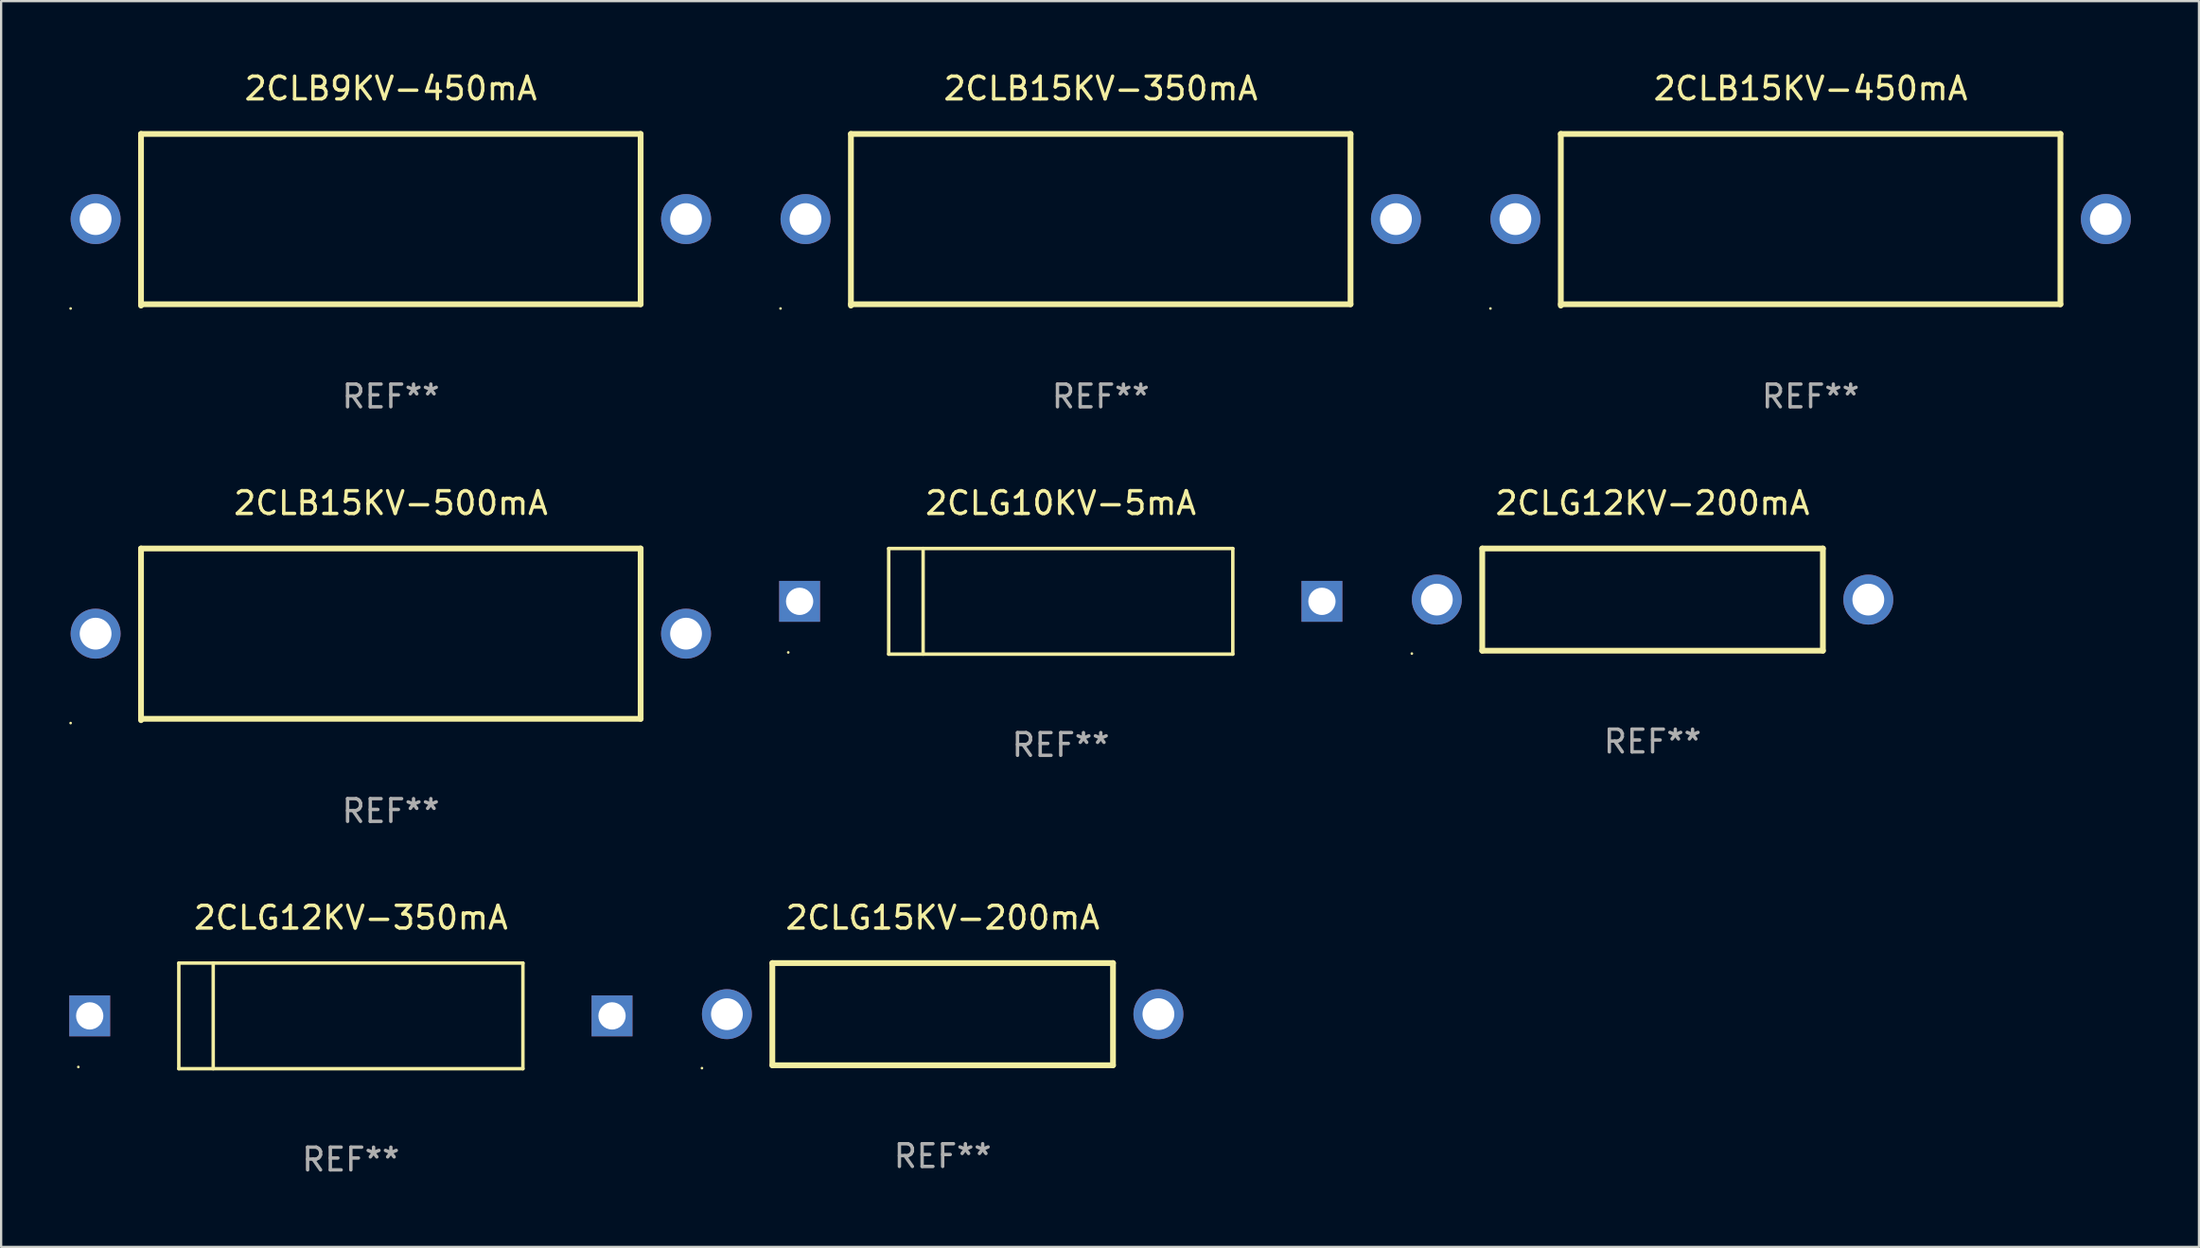
<source format=kicad_pcb>
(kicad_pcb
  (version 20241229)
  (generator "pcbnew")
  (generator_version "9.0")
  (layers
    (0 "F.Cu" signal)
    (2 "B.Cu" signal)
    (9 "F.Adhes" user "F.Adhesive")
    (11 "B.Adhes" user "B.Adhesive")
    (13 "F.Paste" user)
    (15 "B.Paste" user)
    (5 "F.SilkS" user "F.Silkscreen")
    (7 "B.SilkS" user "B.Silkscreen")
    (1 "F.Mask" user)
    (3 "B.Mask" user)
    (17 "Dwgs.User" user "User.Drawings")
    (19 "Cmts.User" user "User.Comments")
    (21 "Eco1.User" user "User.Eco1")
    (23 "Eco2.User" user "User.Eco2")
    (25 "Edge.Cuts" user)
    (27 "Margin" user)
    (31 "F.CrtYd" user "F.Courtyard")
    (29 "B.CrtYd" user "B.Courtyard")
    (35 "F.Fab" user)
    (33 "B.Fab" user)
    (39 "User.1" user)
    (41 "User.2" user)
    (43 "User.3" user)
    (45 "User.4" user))
  (footprint "2CLB15KV-450mA"
    (layer "F.Cu")
    (at 76.68 6.628)
    (property "Reference" "2CLB15KV-450mA" (at 0 -5.78 0) (layer "F.SilkS") (effects (font (size 1 1) (thickness 0.15))))
    (attr through_hole)
    (fp_line (start -11 -3.78) (end -11 3.78) (stroke (width 0.254) (type solid)) (layer "F.SilkS"))
    (fp_line (start -11 -3.78) (end 11 -3.78) (stroke (width 0.254) (type solid)) (layer "F.SilkS"))
    (fp_line (start -11 3.72) (end 11 3.72) (stroke (width 0.254) (type solid)) (layer "F.SilkS"))
    (fp_line (start 11 -3.78) (end 11 3.72) (stroke (width 0.254) (type solid)) (layer "F.SilkS"))
    (fp_circle (center -14.1 3.907) (end -14.07 3.907) (stroke (width 0.06) (type solid)) (fill no) (layer "F.SilkS"))
    (fp_text user "REF**" (at 0 7.78 0) (layer "F.Fab") (effects (font (size 1 1) (thickness 0.15))))
    (pad "1" thru_hole circle (at -13 -0.03) (size 2.2 2.2) (drill 1.4) (layers "*.Cu" "*.Mask"))
    (pad "2" thru_hole circle (at 13 -0.03) (size 2.2 2.2) (drill 1.4) (layers "*.Cu" "*.Mask")))
  (footprint "2CLG15KV-200mA"
    (layer "F.Cu")
    (at 38.46 41.611)
    (property "Reference" "2CLG15KV-200mA" (at 0 -4.25 0) (layer "F.SilkS") (effects (font (size 1 1) (thickness 0.15))))
    (attr through_hole)
    (fp_line (start -7.5 -2.25) (end -7.5 2.25) (stroke (width 0.254) (type solid)) (layer "F.SilkS"))
    (fp_line (start -7.5 -2.25) (end 7.5 -2.25) (stroke (width 0.254) (type solid)) (layer "F.SilkS"))
    (fp_line (start -7.5 2.25) (end 7.5 2.25) (stroke (width 0.254) (type solid)) (layer "F.SilkS"))
    (fp_line (start 7.5 -2.25) (end 7.5 2.25) (stroke (width 0.254) (type solid)) (layer "F.SilkS"))
    (fp_circle (center -10.6 2.377) (end -10.57 2.377) (stroke (width 0.06) (type solid)) (fill no) (layer "F.SilkS"))
    (fp_text user "REF**" (at 0 6.25 0) (layer "F.Fab") (effects (font (size 1 1) (thickness 0.15))))
    (pad "1" thru_hole circle (at -9.5 0) (size 2.2 2.2) (drill 1.4) (layers "*.Cu" "*.Mask"))
    (pad "2" thru_hole circle (at 9.5 0) (size 2.2 2.2) (drill 1.4) (layers "*.Cu" "*.Mask")))
  (footprint "2CLB9KV-450mA"
    (layer "F.Cu")
    (at 14.16 6.628)
    (property "Reference" "2CLB9KV-450mA" (at 0 -5.78 0) (layer "F.SilkS") (effects (font (size 1 1) (thickness 0.15))))
    (attr through_hole)
    (fp_line (start -11 -3.78) (end -11 3.78) (stroke (width 0.254) (type solid)) (layer "F.SilkS"))
    (fp_line (start -11 -3.78) (end 11 -3.78) (stroke (width 0.254) (type solid)) (layer "F.SilkS"))
    (fp_line (start -11 3.72) (end 11 3.72) (stroke (width 0.254) (type solid)) (layer "F.SilkS"))
    (fp_line (start 11 -3.78) (end 11 3.72) (stroke (width 0.254) (type solid)) (layer "F.SilkS"))
    (fp_circle (center -14.1 3.907) (end -14.07 3.907) (stroke (width 0.06) (type solid)) (fill no) (layer "F.SilkS"))
    (fp_text user "REF**" (at 0 7.78 0) (layer "F.Fab") (effects (font (size 1 1) (thickness 0.15))))
    (pad "1" thru_hole circle (at -13 -0.03) (size 2.2 2.2) (drill 1.4) (layers "*.Cu" "*.Mask"))
    (pad "2" thru_hole circle (at 13 -0.03) (size 2.2 2.2) (drill 1.4) (layers "*.Cu" "*.Mask")))
  (footprint "2CLG10KV-5mA"
    (layer "F.Cu")
    (at 43.66 23.431)
    (property "Reference" "2CLG10KV-5mA" (at 0 -4.326 0) (layer "F.SilkS") (effects (font (size 1 1) (thickness 0.15))))
    (attr through_hole)
    (fp_line (start -7.576 -2.326) (end 7.576 -2.326) (stroke (width 0.152) (type solid)) (layer "F.SilkS"))
    (fp_line (start -7.576 2.326) (end -7.576 -2.326) (stroke (width 0.152) (type solid)) (layer "F.SilkS"))
    (fp_line (start -6.061 -2.326) (end -6.061 2.326) (stroke (width 0.152) (type solid)) (layer "F.SilkS"))
    (fp_line (start 7.576 -2.326) (end 7.576 2.326) (stroke (width 0.152) (type solid)) (layer "F.SilkS"))
    (fp_line (start 7.576 2.326) (end -7.576 2.326) (stroke (width 0.152) (type solid)) (layer "F.SilkS"))
    (fp_circle (center -12 2.25) (end -11.97 2.25) (stroke (width 0.06) (type solid)) (fill no) (layer "F.SilkS"))
    (fp_text user "REF**" (at 0 6.326 0) (layer "F.Fab") (effects (font (size 1 1) (thickness 0.15))))
    (pad "1" thru_hole rect (at -11.5 -0.000013) (size 1.8 1.8) (drill 1.2) (layers "*.Cu" "*.Mask"))
    (pad "2" thru_hole rect (at 11.5 -0.000013 180) (size 1.8 1.8) (drill 1.2) (layers "*.Cu" "*.Mask")))
  (footprint "2CLG12KV-350mA"
    (layer "F.Cu")
    (at 12.4 41.687)
    (property "Reference" "2CLG12KV-350mA" (at 0 -4.326 0) (layer "F.SilkS") (effects (font (size 1 1) (thickness 0.15))))
    (attr through_hole)
    (fp_line (start -7.576 -2.326) (end 7.576 -2.326) (stroke (width 0.152) (type solid)) (layer "F.SilkS"))
    (fp_line (start -7.576 2.326) (end -7.576 -2.326) (stroke (width 0.152) (type solid)) (layer "F.SilkS"))
    (fp_line (start -6.061 -2.326) (end -6.061 2.326) (stroke (width 0.152) (type solid)) (layer "F.SilkS"))
    (fp_line (start 7.576 -2.326) (end 7.576 2.326) (stroke (width 0.152) (type solid)) (layer "F.SilkS"))
    (fp_line (start 7.576 2.326) (end -7.576 2.326) (stroke (width 0.152) (type solid)) (layer "F.SilkS"))
    (fp_circle (center -12 2.25) (end -11.97 2.25) (stroke (width 0.06) (type solid)) (fill no) (layer "F.SilkS"))
    (fp_text user "REF**" (at 0 6.326 0) (layer "F.Fab") (effects (font (size 1 1) (thickness 0.15))))
    (pad "1" thru_hole rect (at -11.5 -0.000013) (size 1.8 1.8) (drill 1.2) (layers "*.Cu" "*.Mask"))
    (pad "2" thru_hole rect (at 11.5 -0.000013 180) (size 1.8 1.8) (drill 1.2) (layers "*.Cu" "*.Mask")))
  (footprint "2CLB15KV-350mA"
    (layer "F.Cu")
    (at 45.42 6.628)
    (property "Reference" "2CLB15KV-350mA" (at 0 -5.78 0) (layer "F.SilkS") (effects (font (size 1 1) (thickness 0.15))))
    (attr through_hole)
    (fp_line (start -11 -3.78) (end -11 3.78) (stroke (width 0.254) (type solid)) (layer "F.SilkS"))
    (fp_line (start -11 -3.78) (end 11 -3.78) (stroke (width 0.254) (type solid)) (layer "F.SilkS"))
    (fp_line (start -11 3.72) (end 11 3.72) (stroke (width 0.254) (type solid)) (layer "F.SilkS"))
    (fp_line (start 11 -3.78) (end 11 3.72) (stroke (width 0.254) (type solid)) (layer "F.SilkS"))
    (fp_circle (center -14.1 3.907) (end -14.07 3.907) (stroke (width 0.06) (type solid)) (fill no) (layer "F.SilkS"))
    (fp_text user "REF**" (at 0 7.78 0) (layer "F.Fab") (effects (font (size 1 1) (thickness 0.15))))
    (pad "1" thru_hole circle (at -13 -0.03) (size 2.2 2.2) (drill 1.4) (layers "*.Cu" "*.Mask"))
    (pad "2" thru_hole circle (at 13 -0.03) (size 2.2 2.2) (drill 1.4) (layers "*.Cu" "*.Mask")))
  (footprint "2CLB15KV-500mA"
    (layer "F.Cu")
    (at 14.16 24.885)
    (property "Reference" "2CLB15KV-500mA" (at 0 -5.78 0) (layer "F.SilkS") (effects (font (size 1 1) (thickness 0.15))))
    (attr through_hole)
    (fp_line (start -11 -3.78) (end -11 3.78) (stroke (width 0.254) (type solid)) (layer "F.SilkS"))
    (fp_line (start -11 -3.78) (end 11 -3.78) (stroke (width 0.254) (type solid)) (layer "F.SilkS"))
    (fp_line (start -11 3.72) (end 11 3.72) (stroke (width 0.254) (type solid)) (layer "F.SilkS"))
    (fp_line (start 11 -3.78) (end 11 3.72) (stroke (width 0.254) (type solid)) (layer "F.SilkS"))
    (fp_circle (center -14.1 3.907) (end -14.07 3.907) (stroke (width 0.06) (type solid)) (fill no) (layer "F.SilkS"))
    (fp_text user "REF**" (at 0 7.78 0) (layer "F.Fab") (effects (font (size 1 1) (thickness 0.15))))
    (pad "1" thru_hole circle (at -13 -0.03) (size 2.2 2.2) (drill 1.4) (layers "*.Cu" "*.Mask"))
    (pad "2" thru_hole circle (at 13 -0.03) (size 2.2 2.2) (drill 1.4) (layers "*.Cu" "*.Mask")))
  (footprint "2CLG12KV-200mA"
    (layer "F.Cu")
    (at 69.72 23.355)
    (property "Reference" "2CLG12KV-200mA" (at 0 -4.25 0) (layer "F.SilkS") (effects (font (size 1 1) (thickness 0.15))))
    (attr through_hole)
    (fp_line (start -7.5 -2.25) (end -7.5 2.25) (stroke (width 0.254) (type solid)) (layer "F.SilkS"))
    (fp_line (start -7.5 -2.25) (end 7.5 -2.25) (stroke (width 0.254) (type solid)) (layer "F.SilkS"))
    (fp_line (start -7.5 2.25) (end 7.5 2.25) (stroke (width 0.254) (type solid)) (layer "F.SilkS"))
    (fp_line (start 7.5 -2.25) (end 7.5 2.25) (stroke (width 0.254) (type solid)) (layer "F.SilkS"))
    (fp_circle (center -10.6 2.377) (end -10.57 2.377) (stroke (width 0.06) (type solid)) (fill no) (layer "F.SilkS"))
    (fp_text user "REF**" (at 0 6.25 0) (layer "F.Fab") (effects (font (size 1 1) (thickness 0.15))))
    (pad "1" thru_hole circle (at -9.5 0) (size 2.2 2.2) (drill 1.4) (layers "*.Cu" "*.Mask"))
    (pad "2" thru_hole circle (at 9.5 0) (size 2.2 2.2) (drill 1.4) (layers "*.Cu" "*.Mask")))
  (gr_rect
    (start -3 -3)
    (end 93.78 51.862)
    (stroke (width 0.1) (type default))
    (fill no)
    (layer "Edge.Cuts")))
</source>
